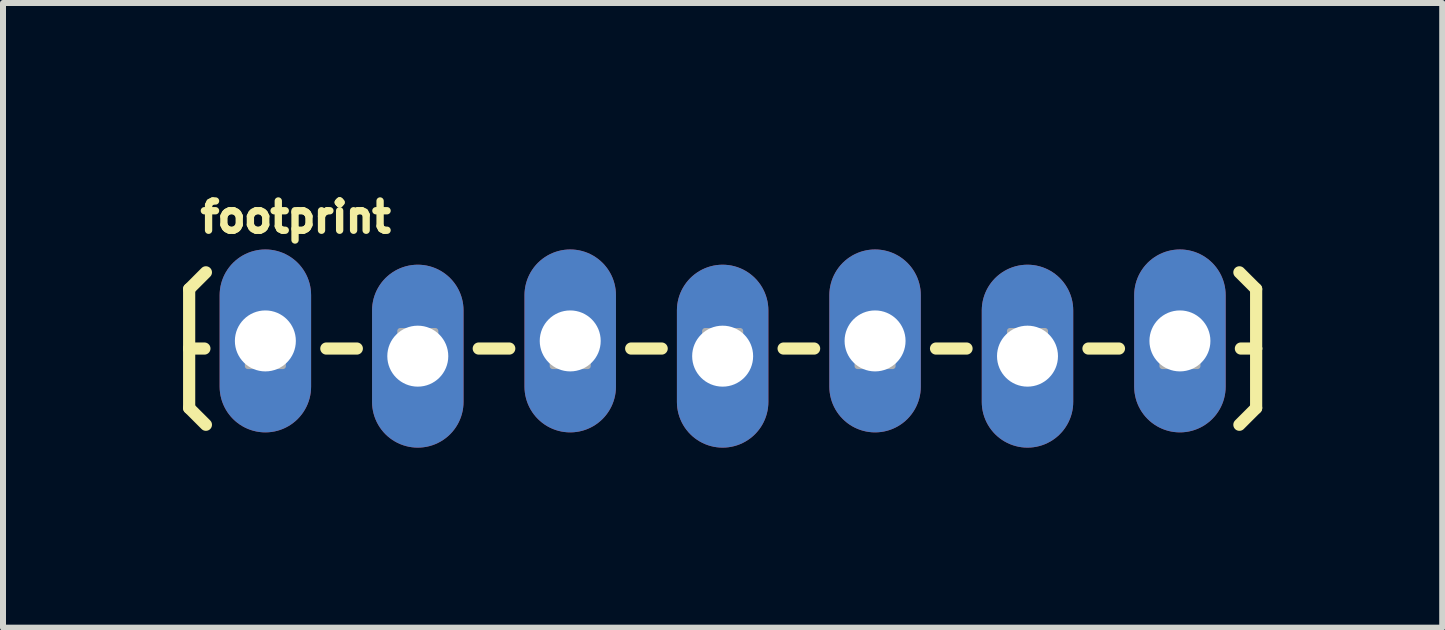
<source format=kicad_pcb>
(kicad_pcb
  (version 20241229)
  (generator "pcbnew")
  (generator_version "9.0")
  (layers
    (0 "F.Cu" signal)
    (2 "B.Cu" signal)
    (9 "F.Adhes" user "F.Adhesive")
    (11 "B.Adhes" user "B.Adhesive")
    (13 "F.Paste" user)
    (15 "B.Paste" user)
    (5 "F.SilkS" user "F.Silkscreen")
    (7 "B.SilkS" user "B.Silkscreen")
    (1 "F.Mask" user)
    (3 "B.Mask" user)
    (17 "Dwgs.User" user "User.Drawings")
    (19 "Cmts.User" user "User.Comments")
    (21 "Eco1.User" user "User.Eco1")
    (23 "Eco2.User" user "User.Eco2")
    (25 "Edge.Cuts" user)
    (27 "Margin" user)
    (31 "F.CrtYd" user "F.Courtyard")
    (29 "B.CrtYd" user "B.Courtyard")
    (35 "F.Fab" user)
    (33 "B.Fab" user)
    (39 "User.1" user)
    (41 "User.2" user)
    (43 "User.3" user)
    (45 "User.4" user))
  (footprint "footprint"
    (layer "F.Cu")
    (at 1.372 2.758)
    (property "Reference" "footprint" (at -1.143 -1.905 0) (layer "F.SilkS") (effects (font (size 0.488 0.488) (thickness 0.122)) (justify left bottom)))
    (fp_line (start -1.27 -0.991) (end -0.991 -1.27) (stroke (width 0.203) (type solid)) (layer "F.SilkS"))
    (fp_line (start -1.27 0) (end -1.27 -0.991) (stroke (width 0.203) (type solid)) (layer "F.SilkS"))
    (fp_line (start -1.27 0) (end -1.27 0.991) (stroke (width 0.203) (type solid)) (layer "F.SilkS"))
    (fp_line (start -1.27 0) (end -1.016 0) (stroke (width 0.203) (type solid)) (layer "F.SilkS"))
    (fp_line (start -1.27 0.991) (end -0.991 1.27) (stroke (width 0.203) (type solid)) (layer "F.SilkS"))
    (fp_line (start 1.524 0) (end 1.016 0) (stroke (width 0.203) (type solid)) (layer "F.SilkS"))
    (fp_line (start 4.064 0) (end 3.556 0) (stroke (width 0.203) (type solid)) (layer "F.SilkS"))
    (fp_line (start 6.604 0) (end 6.096 0) (stroke (width 0.203) (type solid)) (layer "F.SilkS"))
    (fp_line (start 9.144 0) (end 8.636 0) (stroke (width 0.203) (type solid)) (layer "F.SilkS"))
    (fp_line (start 11.684 0) (end 11.176 0) (stroke (width 0.203) (type solid)) (layer "F.SilkS"))
    (fp_line (start 14.224 0) (end 13.716 0) (stroke (width 0.203) (type solid)) (layer "F.SilkS"))
    (fp_line (start 16.51 -0.991) (end 16.231 -1.27) (stroke (width 0.203) (type solid)) (layer "F.SilkS"))
    (fp_line (start 16.51 0) (end 16.256 0) (stroke (width 0.203) (type solid)) (layer "F.SilkS"))
    (fp_line (start 16.51 0) (end 16.51 -0.991) (stroke (width 0.203) (type solid)) (layer "F.SilkS"))
    (fp_line (start 16.51 0) (end 16.51 0.991) (stroke (width 0.203) (type solid)) (layer "F.SilkS"))
    (fp_line (start 16.51 0.991) (end 16.231 1.27) (stroke (width 0.203) (type solid)) (layer "F.SilkS"))
    (fp_poly (pts (xy -0.292 0.292) (xy 0.292 0.292) (xy 0.292 -0.292) (xy -0.292 -0.292)) (stroke (width 0.1) (type solid)) (fill no) (layer "F.Fab"))
    (fp_poly (pts (xy 2.248 0.292) (xy 2.832 0.292) (xy 2.832 -0.292) (xy 2.248 -0.292)) (stroke (width 0.1) (type solid)) (fill no) (layer "F.Fab"))
    (fp_poly (pts (xy 4.788 0.292) (xy 5.372 0.292) (xy 5.372 -0.292) (xy 4.788 -0.292)) (stroke (width 0.1) (type solid)) (fill no) (layer "F.Fab"))
    (fp_poly (pts (xy 7.912 0.292) (xy 7.912 -0.292) (xy 7.328 -0.292) (xy 7.328 0.292)) (stroke (width 0.1) (type solid)) (fill no) (layer "F.Fab"))
    (fp_poly (pts (xy 9.868 0.292) (xy 10.452 0.292) (xy 10.452 -0.292) (xy 9.868 -0.292)) (stroke (width 0.1) (type solid)) (fill no) (layer "F.Fab"))
    (fp_poly (pts (xy 12.408 0.292) (xy 12.992 0.292) (xy 12.992 -0.292) (xy 12.408 -0.292)) (stroke (width 0.1) (type solid)) (fill no) (layer "F.Fab"))
    (fp_poly (pts (xy 14.948 0.292) (xy 15.532 0.292) (xy 15.532 -0.292) (xy 14.948 -0.292)) (stroke (width 0.1) (type solid)) (fill no) (layer "F.Fab"))
    (pad "1" thru_hole oval (at 0 -0.127 90) (size 3.048 1.524) (drill 1.016) (layers "*.Cu" "*.Mask"))
    (pad "2" thru_hole oval (at 2.54 0.127 90) (size 3.048 1.524) (drill 1.016) (layers "*.Cu" "*.Mask"))
    (pad "3" thru_hole oval (at 5.08 -0.127 90) (size 3.048 1.524) (drill 1.016) (layers "*.Cu" "*.Mask"))
    (pad "4" thru_hole oval (at 7.62 0.127 90) (size 3.048 1.524) (drill 1.016) (layers "*.Cu" "*.Mask"))
    (pad "5" thru_hole oval (at 10.16 -0.127 90) (size 3.048 1.524) (drill 1.016) (layers "*.Cu" "*.Mask"))
    (pad "6" thru_hole oval (at 12.7 0.127 90) (size 3.048 1.524) (drill 1.016) (layers "*.Cu" "*.Mask"))
    (pad "7" thru_hole oval (at 15.24 -0.127 90) (size 3.048 1.524) (drill 1.016) (layers "*.Cu" "*.Mask")))
  (gr_rect
    (start -3 -3)
    (end 20.983 7.409)
    (stroke (width 0.1) (type default))
    (fill no)
    (layer "Edge.Cuts")))
</source>
